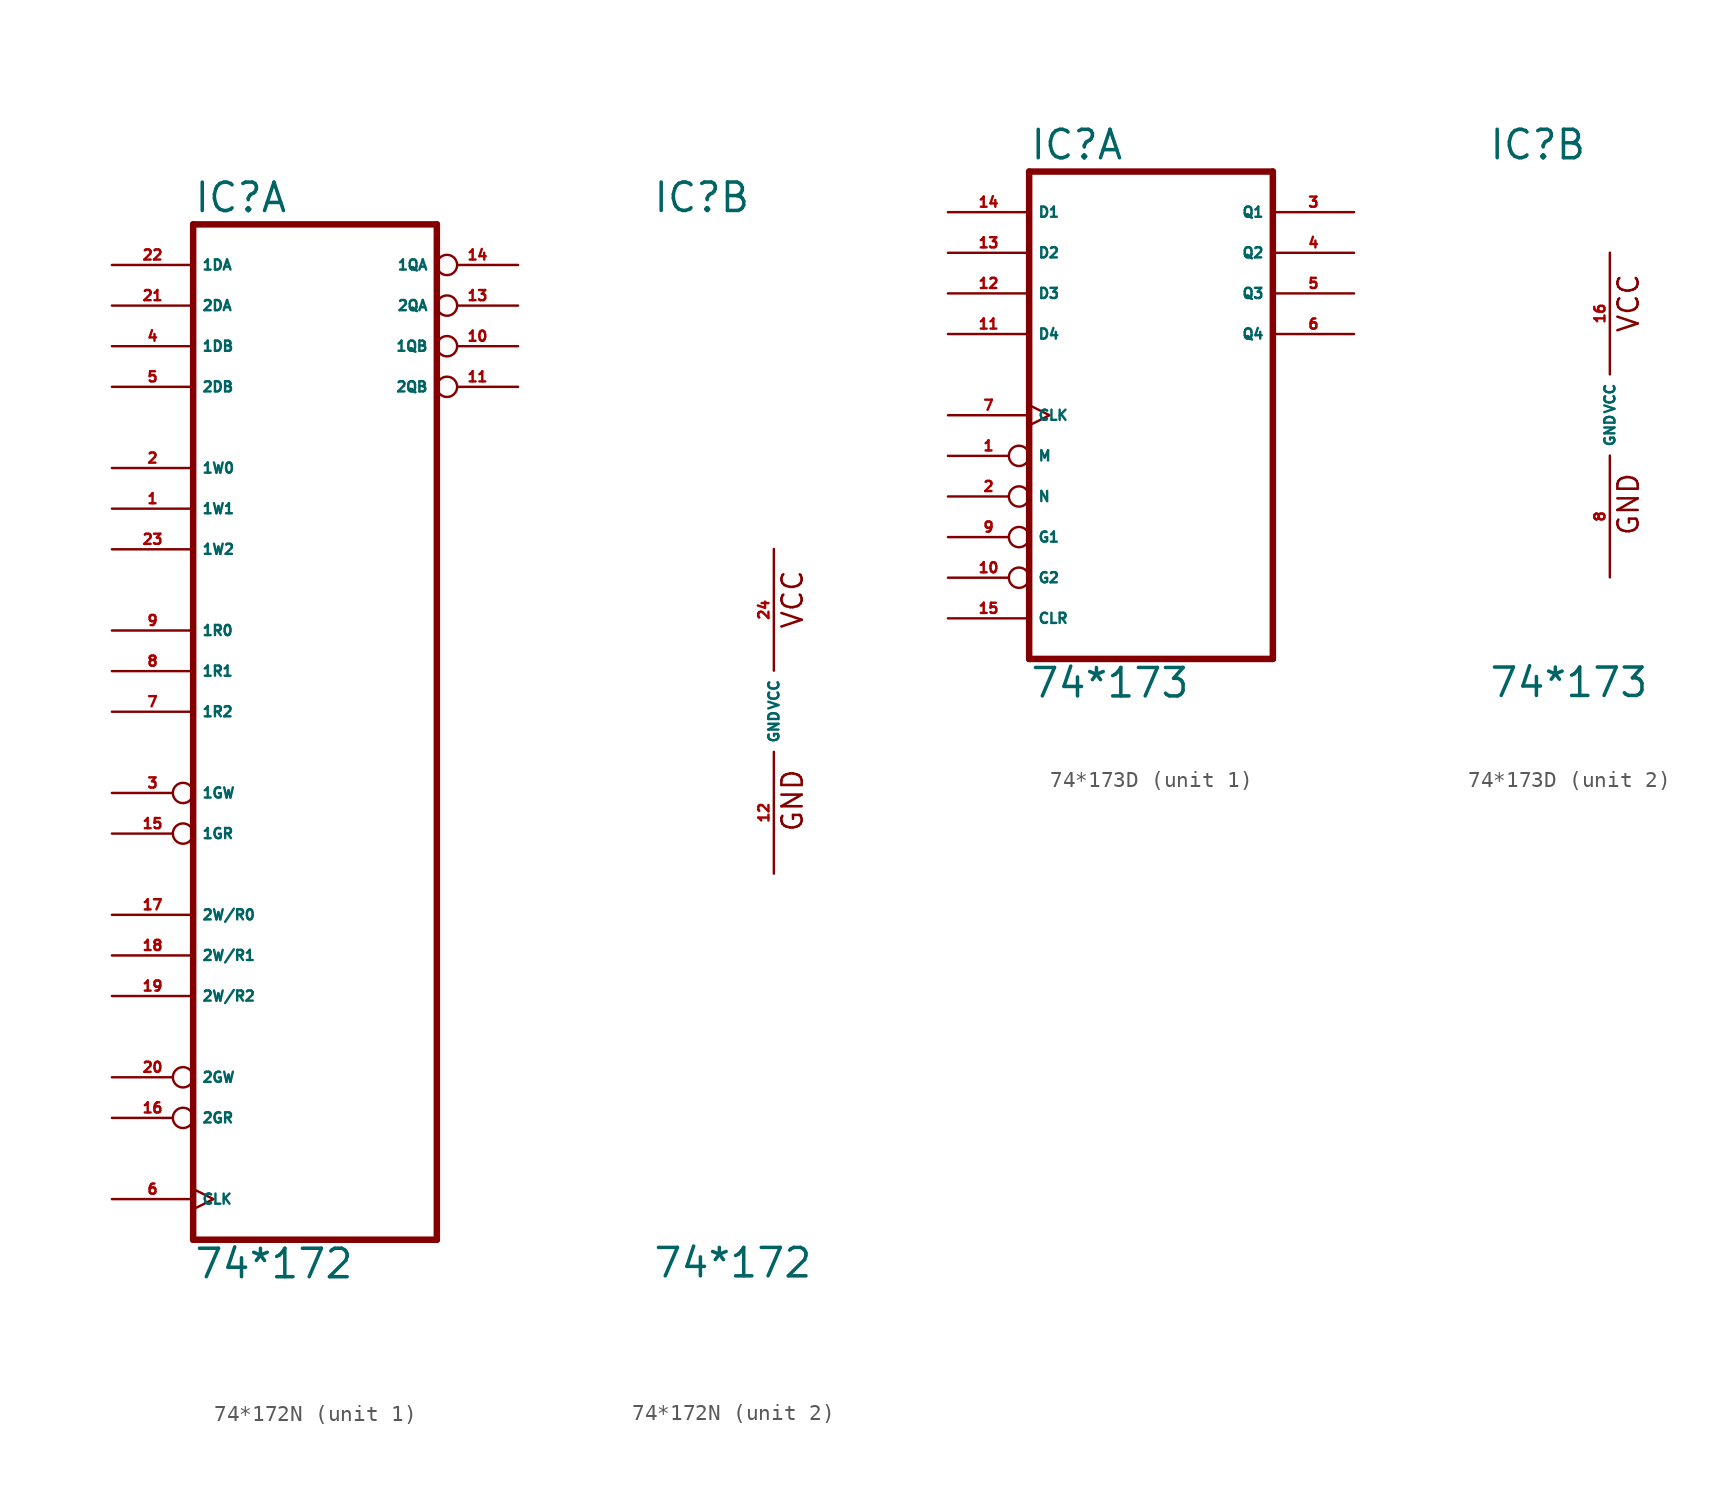
<source format=kicad_sym>
(kicad_symbol_lib
  (version 20220914)
  (generator Eagle2Kicad)
  (symbol "74*172N"
    (property "Reference" "IC"
      (at -7.62 31.115 0)
      (effects (font (size 1.778 1.778) (thickness 0.22)) (justify left bottom)))
    (property "Value" "74*172"
      (at -7.62 -35.56 0)
      (effects (font (size 1.778 1.778) (thickness 0.22)) (justify left bottom)))
    (symbol "74*172N_1_0"
      (polyline (pts (xy -7.62 -33.02) (xy 7.62 -33.02)) (stroke (width 0.406) (type default)) (fill (type none)))
      (polyline (pts (xy 7.62 -33.02) (xy 7.62 30.48)) (stroke (width 0.406) (type default)) (fill (type none)))
      (polyline (pts (xy 7.62 30.48) (xy -7.62 30.48)) (stroke (width 0.406) (type default)) (fill (type none)))
      (polyline (pts (xy -7.62 30.48) (xy -7.62 -33.02)) (stroke (width 0.406) (type default)) (fill (type none)))
      (pin input line (at -12.7 12.7 0) (length 5.08) (name "1W1" (effects (font (size 0.635 0.635) (thickness 0.08)) (justify left bottom))) (number "1" (effects (font (size 0.635 0.635) (thickness 0.08)) (justify left bottom))))
      (pin input line (at -12.7 15.24 0) (length 5.08) (name "1W0" (effects (font (size 0.635 0.635) (thickness 0.08)) (justify left bottom))) (number "2" (effects (font (size 0.635 0.635) (thickness 0.08)) (justify left bottom))))
      (pin input inverted (at -12.7 -5.08 0) (length 5.08) (name "1GW" (effects (font (size 0.635 0.635) (thickness 0.08)) (justify left bottom))) (number "3" (effects (font (size 0.635 0.635) (thickness 0.08)) (justify left bottom))))
      (pin input line (at -12.7 22.86 0) (length 5.08) (name "1DB" (effects (font (size 0.635 0.635) (thickness 0.08)) (justify left bottom))) (number "4" (effects (font (size 0.635 0.635) (thickness 0.08)) (justify left bottom))))
      (pin input line (at -12.7 20.32 0) (length 5.08) (name "2DB" (effects (font (size 0.635 0.635) (thickness 0.08)) (justify left bottom))) (number "5" (effects (font (size 0.635 0.635) (thickness 0.08)) (justify left bottom))))
      (pin input clock (at -12.7 -30.48 0) (length 5.08) (name "CLK" (effects (font (size 0.635 0.635) (thickness 0.08)) (justify left bottom))) (number "6" (effects (font (size 0.635 0.635) (thickness 0.08)) (justify left bottom))))
      (pin input line (at -12.7 0 0) (length 5.08) (name "1R2" (effects (font (size 0.635 0.635) (thickness 0.08)) (justify left bottom))) (number "7" (effects (font (size 0.635 0.635) (thickness 0.08)) (justify left bottom))))
      (pin input line (at -12.7 2.54 0) (length 5.08) (name "1R1" (effects (font (size 0.635 0.635) (thickness 0.08)) (justify left bottom))) (number "8" (effects (font (size 0.635 0.635) (thickness 0.08)) (justify left bottom))))
      (pin input line (at -12.7 5.08 0) (length 5.08) (name "1R0" (effects (font (size 0.635 0.635) (thickness 0.08)) (justify left bottom))) (number "9" (effects (font (size 0.635 0.635) (thickness 0.08)) (justify left bottom))))
      (pin tri_state inverted (at 12.7 22.86 180) (length 5.08) (name "1QB" (effects (font (size 0.635 0.635) (thickness 0.08)) (justify left bottom))) (number "10" (effects (font (size 0.635 0.635) (thickness 0.08)) (justify left bottom))))
      (pin tri_state inverted (at 12.7 20.32 180) (length 5.08) (name "2QB" (effects (font (size 0.635 0.635) (thickness 0.08)) (justify left bottom))) (number "11" (effects (font (size 0.635 0.635) (thickness 0.08)) (justify left bottom))))
      (pin tri_state inverted (at 12.7 25.4 180) (length 5.08) (name "2QA" (effects (font (size 0.635 0.635) (thickness 0.08)) (justify left bottom))) (number "13" (effects (font (size 0.635 0.635) (thickness 0.08)) (justify left bottom))))
      (pin tri_state inverted (at 12.7 27.94 180) (length 5.08) (name "1QA" (effects (font (size 0.635 0.635) (thickness 0.08)) (justify left bottom))) (number "14" (effects (font (size 0.635 0.635) (thickness 0.08)) (justify left bottom))))
      (pin input inverted (at -12.7 -7.62 0) (length 5.08) (name "1GR" (effects (font (size 0.635 0.635) (thickness 0.08)) (justify left bottom))) (number "15" (effects (font (size 0.635 0.635) (thickness 0.08)) (justify left bottom))))
      (pin input inverted (at -12.7 -25.4 0) (length 5.08) (name "2GR" (effects (font (size 0.635 0.635) (thickness 0.08)) (justify left bottom))) (number "16" (effects (font (size 0.635 0.635) (thickness 0.08)) (justify left bottom))))
      (pin input line (at -12.7 -12.7 0) (length 5.08) (name "2W/R0" (effects (font (size 0.635 0.635) (thickness 0.08)) (justify left bottom))) (number "17" (effects (font (size 0.635 0.635) (thickness 0.08)) (justify left bottom))))
      (pin input line (at -12.7 -15.24 0) (length 5.08) (name "2W/R1" (effects (font (size 0.635 0.635) (thickness 0.08)) (justify left bottom))) (number "18" (effects (font (size 0.635 0.635) (thickness 0.08)) (justify left bottom))))
      (pin input line (at -12.7 -17.78 0) (length 5.08) (name "2W/R2" (effects (font (size 0.635 0.635) (thickness 0.08)) (justify left bottom))) (number "19" (effects (font (size 0.635 0.635) (thickness 0.08)) (justify left bottom))))
      (pin input inverted (at -12.7 -22.86 0) (length 5.08) (name "2GW" (effects (font (size 0.635 0.635) (thickness 0.08)) (justify left bottom))) (number "20" (effects (font (size 0.635 0.635) (thickness 0.08)) (justify left bottom))))
      (pin input line (at -12.7 25.4 0) (length 5.08) (name "2DA" (effects (font (size 0.635 0.635) (thickness 0.08)) (justify left bottom))) (number "21" (effects (font (size 0.635 0.635) (thickness 0.08)) (justify left bottom))))
      (pin input line (at -12.7 27.94 0) (length 5.08) (name "1DA" (effects (font (size 0.635 0.635) (thickness 0.08)) (justify left bottom))) (number "22" (effects (font (size 0.635 0.635) (thickness 0.08)) (justify left bottom))))
      (pin input line (at -12.7 10.16 0) (length 5.08) (name "1W2" (effects (font (size 0.635 0.635) (thickness 0.08)) (justify left bottom))) (number "23" (effects (font (size 0.635 0.635) (thickness 0.08)) (justify left bottom)))))
    (symbol "74*172N_2_0"
      (text "GND" (at 1.905 -7.62 900) (effects (font (size 1.27 1.27) (thickness 0.16)) (justify left bottom)))
      (text "VCC" (at 1.905 5.08 900) (effects (font (size 1.27 1.27) (thickness 0.16)) (justify left bottom)))
      (pin unspecified line (at 0 -10.16 90) (length 7.62) (name "GND" (effects (font (size 0.635 0.635) (thickness 0.08)) (justify left bottom))) (number "12" (effects (font (size 0.635 0.635) (thickness 0.08)) (justify left bottom))))
      (pin unspecified line (at 0 10.16 270) (length 7.62) (name "VCC" (effects (font (size 0.635 0.635) (thickness 0.08)) (justify left bottom))) (number "24" (effects (font (size 0.635 0.635) (thickness 0.08)) (justify left bottom))))))
  (symbol "74*173D"
    (property "Reference" "IC"
      (at -7.62 15.875 0)
      (effects (font (size 1.778 1.778) (thickness 0.22)) (justify left bottom)))
    (property "Value" "74*173"
      (at -7.62 -17.78 0)
      (effects (font (size 1.778 1.778) (thickness 0.22)) (justify left bottom)))
    (symbol "74*173D_1_0"
      (polyline (pts (xy -7.62 -15.24) (xy 7.62 -15.24)) (stroke (width 0.406) (type default)) (fill (type none)))
      (polyline (pts (xy 7.62 -15.24) (xy 7.62 15.24)) (stroke (width 0.406) (type default)) (fill (type none)))
      (polyline (pts (xy 7.62 15.24) (xy -7.62 15.24)) (stroke (width 0.406) (type default)) (fill (type none)))
      (polyline (pts (xy -7.62 15.24) (xy -7.62 -15.24)) (stroke (width 0.406) (type default)) (fill (type none)))
      (pin input inverted (at -12.7 -2.54 0) (length 5.08) (name "M" (effects (font (size 0.635 0.635) (thickness 0.08)) (justify left bottom))) (number "1" (effects (font (size 0.635 0.635) (thickness 0.08)) (justify left bottom))))
      (pin input inverted (at -12.7 -5.08 0) (length 5.08) (name "N" (effects (font (size 0.635 0.635) (thickness 0.08)) (justify left bottom))) (number "2" (effects (font (size 0.635 0.635) (thickness 0.08)) (justify left bottom))))
      (pin tri_state line (at 12.7 12.7 180) (length 5.08) (name "Q1" (effects (font (size 0.635 0.635) (thickness 0.08)) (justify left bottom))) (number "3" (effects (font (size 0.635 0.635) (thickness 0.08)) (justify left bottom))))
      (pin tri_state line (at 12.7 10.16 180) (length 5.08) (name "Q2" (effects (font (size 0.635 0.635) (thickness 0.08)) (justify left bottom))) (number "4" (effects (font (size 0.635 0.635) (thickness 0.08)) (justify left bottom))))
      (pin tri_state line (at 12.7 7.62 180) (length 5.08) (name "Q3" (effects (font (size 0.635 0.635) (thickness 0.08)) (justify left bottom))) (number "5" (effects (font (size 0.635 0.635) (thickness 0.08)) (justify left bottom))))
      (pin tri_state line (at 12.7 5.08 180) (length 5.08) (name "Q4" (effects (font (size 0.635 0.635) (thickness 0.08)) (justify left bottom))) (number "6" (effects (font (size 0.635 0.635) (thickness 0.08)) (justify left bottom))))
      (pin input clock (at -12.7 0 0) (length 5.08) (name "CLK" (effects (font (size 0.635 0.635) (thickness 0.08)) (justify left bottom))) (number "7" (effects (font (size 0.635 0.635) (thickness 0.08)) (justify left bottom))))
      (pin input inverted (at -12.7 -7.62 0) (length 5.08) (name "G1" (effects (font (size 0.635 0.635) (thickness 0.08)) (justify left bottom))) (number "9" (effects (font (size 0.635 0.635) (thickness 0.08)) (justify left bottom))))
      (pin input inverted (at -12.7 -10.16 0) (length 5.08) (name "G2" (effects (font (size 0.635 0.635) (thickness 0.08)) (justify left bottom))) (number "10" (effects (font (size 0.635 0.635) (thickness 0.08)) (justify left bottom))))
      (pin input line (at -12.7 5.08 0) (length 5.08) (name "D4" (effects (font (size 0.635 0.635) (thickness 0.08)) (justify left bottom))) (number "11" (effects (font (size 0.635 0.635) (thickness 0.08)) (justify left bottom))))
      (pin input line (at -12.7 7.62 0) (length 5.08) (name "D3" (effects (font (size 0.635 0.635) (thickness 0.08)) (justify left bottom))) (number "12" (effects (font (size 0.635 0.635) (thickness 0.08)) (justify left bottom))))
      (pin input line (at -12.7 10.16 0) (length 5.08) (name "D2" (effects (font (size 0.635 0.635) (thickness 0.08)) (justify left bottom))) (number "13" (effects (font (size 0.635 0.635) (thickness 0.08)) (justify left bottom))))
      (pin input line (at -12.7 12.7 0) (length 5.08) (name "D1" (effects (font (size 0.635 0.635) (thickness 0.08)) (justify left bottom))) (number "14" (effects (font (size 0.635 0.635) (thickness 0.08)) (justify left bottom))))
      (pin input line (at -12.7 -12.7 0) (length 5.08) (name "CLR" (effects (font (size 0.635 0.635) (thickness 0.08)) (justify left bottom))) (number "15" (effects (font (size 0.635 0.635) (thickness 0.08)) (justify left bottom)))))
    (symbol "74*173D_2_0"
      (text "GND" (at 1.905 -7.62 900) (effects (font (size 1.27 1.27) (thickness 0.16)) (justify left bottom)))
      (text "VCC" (at 1.905 5.08 900) (effects (font (size 1.27 1.27) (thickness 0.16)) (justify left bottom)))
      (pin unspecified line (at 0 -10.16 90) (length 7.62) (name "GND" (effects (font (size 0.635 0.635) (thickness 0.08)) (justify left bottom))) (number "8" (effects (font (size 0.635 0.635) (thickness 0.08)) (justify left bottom))))
      (pin unspecified line (at 0 10.16 270) (length 7.62) (name "VCC" (effects (font (size 0.635 0.635) (thickness 0.08)) (justify left bottom))) (number "16" (effects (font (size 0.635 0.635) (thickness 0.08)) (justify left bottom)))))))
</source>
